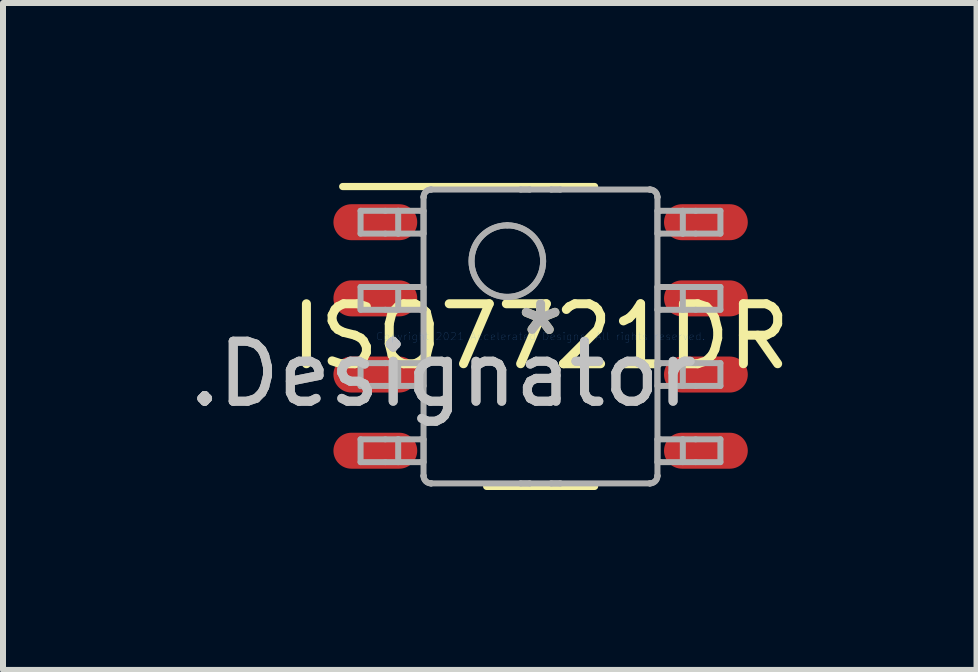
<source format=kicad_pcb>
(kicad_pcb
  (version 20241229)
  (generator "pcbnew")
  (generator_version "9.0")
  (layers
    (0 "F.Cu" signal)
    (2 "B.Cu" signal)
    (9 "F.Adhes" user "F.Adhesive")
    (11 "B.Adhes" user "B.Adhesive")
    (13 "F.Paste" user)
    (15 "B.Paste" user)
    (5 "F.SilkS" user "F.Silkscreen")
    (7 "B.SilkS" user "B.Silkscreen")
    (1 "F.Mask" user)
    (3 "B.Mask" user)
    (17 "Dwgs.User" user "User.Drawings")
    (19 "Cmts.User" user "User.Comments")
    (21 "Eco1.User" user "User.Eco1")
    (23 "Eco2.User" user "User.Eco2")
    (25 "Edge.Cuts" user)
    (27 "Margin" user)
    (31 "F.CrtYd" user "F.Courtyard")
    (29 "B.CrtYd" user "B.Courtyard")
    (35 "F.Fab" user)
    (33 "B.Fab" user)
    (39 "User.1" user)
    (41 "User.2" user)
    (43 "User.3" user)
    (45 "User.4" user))
  (footprint "ISO7721DR"
    (layer "F.Cu")
    (at 5.964 2.56)
    (property "Reference" "ISO7721DR" (at 0 0 0) (layer "F.SilkS") (effects (font (size 1 1) (thickness 0.15))))
    (attr through_hole)
    (fp_line (start -3.3 -2.5) (end 0.9 -2.5) (stroke (width 0.12) (type solid)) (layer "F.SilkS"))
    (fp_line (start -0.9 2.5) (end 0.9 2.5) (stroke (width 0.12) (type solid)) (layer "F.SilkS"))
    (fp_line (start -3.002 -2.095) (end -2.589 -2.095) (stroke (width 0.1) (type solid)) (layer "F.Fab"))
    (fp_line (start -3.002 -1.715) (end -3.002 -2.095) (stroke (width 0.1) (type solid)) (layer "F.Fab"))
    (fp_line (start -3.002 -1.715) (end -2.589 -1.715) (stroke (width 0.1) (type solid)) (layer "F.Fab"))
    (fp_line (start -3.002 -0.825) (end -2.589 -0.825) (stroke (width 0.1) (type solid)) (layer "F.Fab"))
    (fp_line (start -3.002 -0.445) (end -3.002 -0.825) (stroke (width 0.1) (type solid)) (layer "F.Fab"))
    (fp_line (start -3.002 -0.445) (end -2.589 -0.445) (stroke (width 0.1) (type solid)) (layer "F.Fab"))
    (fp_line (start -3.002 0.445) (end -2.589 0.445) (stroke (width 0.1) (type solid)) (layer "F.Fab"))
    (fp_line (start -3.002 0.825) (end -3.002 0.445) (stroke (width 0.1) (type solid)) (layer "F.Fab"))
    (fp_line (start -3.002 0.825) (end -2.589 0.825) (stroke (width 0.1) (type solid)) (layer "F.Fab"))
    (fp_line (start -3.002 1.715) (end -2.589 1.715) (stroke (width 0.1) (type solid)) (layer "F.Fab"))
    (fp_line (start -3.002 2.095) (end -3.002 1.715) (stroke (width 0.1) (type solid)) (layer "F.Fab"))
    (fp_line (start -3.002 2.095) (end -2.589 2.095) (stroke (width 0.1) (type solid)) (layer "F.Fab"))
    (fp_line (start -2.589 -2.095) (end -2.375 -2.095) (stroke (width 0.1) (type solid)) (layer "F.Fab"))
    (fp_line (start -2.589 -1.715) (end -2.375 -1.715) (stroke (width 0.1) (type solid)) (layer "F.Fab"))
    (fp_line (start -2.589 -0.825) (end -2.375 -0.825) (stroke (width 0.1) (type solid)) (layer "F.Fab"))
    (fp_line (start -2.589 -0.445) (end -2.375 -0.445) (stroke (width 0.1) (type solid)) (layer "F.Fab"))
    (fp_line (start -2.589 0.445) (end -2.375 0.445) (stroke (width 0.1) (type solid)) (layer "F.Fab"))
    (fp_line (start -2.589 0.825) (end -2.375 0.825) (stroke (width 0.1) (type solid)) (layer "F.Fab"))
    (fp_line (start -2.589 1.715) (end -2.375 1.715) (stroke (width 0.1) (type solid)) (layer "F.Fab"))
    (fp_line (start -2.589 2.095) (end -2.375 2.095) (stroke (width 0.1) (type solid)) (layer "F.Fab"))
    (fp_line (start -2.375 -2.095) (end -1.995 -2.095) (stroke (width 0.1) (type solid)) (layer "F.Fab"))
    (fp_line (start -2.375 -1.715) (end -2.375 -2.095) (stroke (width 0.1) (type solid)) (layer "F.Fab"))
    (fp_line (start -2.375 -1.715) (end -1.995 -1.715) (stroke (width 0.1) (type solid)) (layer "F.Fab"))
    (fp_line (start -2.375 -0.825) (end -1.995 -0.825) (stroke (width 0.1) (type solid)) (layer "F.Fab"))
    (fp_line (start -2.375 -0.445) (end -2.375 -0.825) (stroke (width 0.1) (type solid)) (layer "F.Fab"))
    (fp_line (start -2.375 -0.445) (end -1.995 -0.445) (stroke (width 0.1) (type solid)) (layer "F.Fab"))
    (fp_line (start -2.375 0.445) (end -1.995 0.445) (stroke (width 0.1) (type solid)) (layer "F.Fab"))
    (fp_line (start -2.375 0.825) (end -2.375 0.445) (stroke (width 0.1) (type solid)) (layer "F.Fab"))
    (fp_line (start -2.375 0.825) (end -1.995 0.825) (stroke (width 0.1) (type solid)) (layer "F.Fab"))
    (fp_line (start -2.375 1.715) (end -1.995 1.715) (stroke (width 0.1) (type solid)) (layer "F.Fab"))
    (fp_line (start -2.375 2.095) (end -2.375 1.715) (stroke (width 0.1) (type solid)) (layer "F.Fab"))
    (fp_line (start -2.375 2.095) (end -1.995 2.095) (stroke (width 0.1) (type solid)) (layer "F.Fab"))
    (fp_line (start -1.995 -2.095) (end -1.952 -2.095) (stroke (width 0.1) (type solid)) (layer "F.Fab"))
    (fp_line (start -1.995 -1.715) (end -1.952 -1.715) (stroke (width 0.1) (type solid)) (layer "F.Fab"))
    (fp_line (start -1.995 -0.825) (end -1.952 -0.825) (stroke (width 0.1) (type solid)) (layer "F.Fab"))
    (fp_line (start -1.995 -0.445) (end -1.952 -0.445) (stroke (width 0.1) (type solid)) (layer "F.Fab"))
    (fp_line (start -1.995 0.445) (end -1.952 0.445) (stroke (width 0.1) (type solid)) (layer "F.Fab"))
    (fp_line (start -1.995 0.825) (end -1.952 0.825) (stroke (width 0.1) (type solid)) (layer "F.Fab"))
    (fp_line (start -1.995 1.715) (end -1.952 1.715) (stroke (width 0.1) (type solid)) (layer "F.Fab"))
    (fp_line (start -1.995 2.095) (end -1.952 2.095) (stroke (width 0.1) (type solid)) (layer "F.Fab"))
    (fp_line (start -1.952 -2.323) (end -1.952 -2.324) (stroke (width 0.1) (type solid)) (layer "F.Fab"))
    (fp_line (start -1.952 -1.715) (end -1.952 -2.095) (stroke (width 0.1) (type solid)) (layer "F.Fab"))
    (fp_line (start -1.952 -0.445) (end -1.952 -0.825) (stroke (width 0.1) (type solid)) (layer "F.Fab"))
    (fp_line (start -1.952 0.825) (end -1.952 0.445) (stroke (width 0.1) (type solid)) (layer "F.Fab"))
    (fp_line (start -1.952 2.095) (end -1.952 1.715) (stroke (width 0.1) (type solid)) (layer "F.Fab"))
    (fp_line (start -1.952 2.323) (end -1.952 -2.323) (stroke (width 0.1) (type solid)) (layer "F.Fab"))
    (fp_line (start -1.952 2.324) (end -1.952 2.323) (stroke (width 0.1) (type solid)) (layer "F.Fab"))
    (fp_line (start -1.826 -2.45) (end -1.825 -2.45) (stroke (width 0.1) (type solid)) (layer "F.Fab"))
    (fp_line (start -1.826 2.45) (end -1.825 2.45) (stroke (width 0.1) (type solid)) (layer "F.Fab"))
    (fp_line (start -1.825 -2.45) (end -0.332 -2.45) (stroke (width 0.1) (type solid)) (layer "F.Fab"))
    (fp_line (start -1.825 2.45) (end -0.332 2.45) (stroke (width 0.1) (type solid)) (layer "F.Fab"))
    (fp_line (start -0.332 -2.45) (end -0.182 -2.45) (stroke (width 0.1) (type solid)) (layer "F.Fab"))
    (fp_line (start -0.332 -2.45) (end -0.182 -2.45) (stroke (width 0.1) (type solid)) (layer "F.Fab"))
    (fp_line (start -0.332 2.45) (end -0.182 2.45) (stroke (width 0.1) (type solid)) (layer "F.Fab"))
    (fp_line (start -0.332 2.45) (end -0.182 2.45) (stroke (width 0.1) (type solid)) (layer "F.Fab"))
    (fp_line (start -0.182 -2.45) (end 0.178 -2.45) (stroke (width 0.1) (type solid)) (layer "F.Fab"))
    (fp_line (start -0.182 2.45) (end 0.178 2.45) (stroke (width 0.1) (type solid)) (layer "F.Fab"))
    (fp_line (start 0.178 -2.45) (end 0.328 -2.45) (stroke (width 0.1) (type solid)) (layer "F.Fab"))
    (fp_line (start 0.178 -2.45) (end 0.328 -2.45) (stroke (width 0.1) (type solid)) (layer "F.Fab"))
    (fp_line (start 0.178 2.45) (end 0.328 2.45) (stroke (width 0.1) (type solid)) (layer "F.Fab"))
    (fp_line (start 0.178 2.45) (end 0.328 2.45) (stroke (width 0.1) (type solid)) (layer "F.Fab"))
    (fp_line (start 0.328 -2.45) (end 1.821 -2.45) (stroke (width 0.1) (type solid)) (layer "F.Fab"))
    (fp_line (start 0.328 2.45) (end 1.821 2.45) (stroke (width 0.1) (type solid)) (layer "F.Fab"))
    (fp_line (start 1.821 -2.45) (end 1.822 -2.45) (stroke (width 0.1) (type solid)) (layer "F.Fab"))
    (fp_line (start 1.821 2.45) (end 1.822 2.45) (stroke (width 0.1) (type solid)) (layer "F.Fab"))
    (fp_line (start 1.948 -2.323) (end 1.948 -2.324) (stroke (width 0.1) (type solid)) (layer "F.Fab"))
    (fp_line (start 1.948 -2.095) (end 1.991 -2.095) (stroke (width 0.1) (type solid)) (layer "F.Fab"))
    (fp_line (start 1.948 -1.715) (end 1.948 -2.095) (stroke (width 0.1) (type solid)) (layer "F.Fab"))
    (fp_line (start 1.948 -1.715) (end 1.991 -1.715) (stroke (width 0.1) (type solid)) (layer "F.Fab"))
    (fp_line (start 1.948 -0.825) (end 1.991 -0.825) (stroke (width 0.1) (type solid)) (layer "F.Fab"))
    (fp_line (start 1.948 -0.445) (end 1.948 -0.825) (stroke (width 0.1) (type solid)) (layer "F.Fab"))
    (fp_line (start 1.948 -0.445) (end 1.991 -0.445) (stroke (width 0.1) (type solid)) (layer "F.Fab"))
    (fp_line (start 1.948 0.445) (end 1.991 0.445) (stroke (width 0.1) (type solid)) (layer "F.Fab"))
    (fp_line (start 1.948 0.825) (end 1.948 0.445) (stroke (width 0.1) (type solid)) (layer "F.Fab"))
    (fp_line (start 1.948 0.825) (end 1.991 0.825) (stroke (width 0.1) (type solid)) (layer "F.Fab"))
    (fp_line (start 1.948 1.715) (end 1.991 1.715) (stroke (width 0.1) (type solid)) (layer "F.Fab"))
    (fp_line (start 1.948 2.095) (end 1.948 1.715) (stroke (width 0.1) (type solid)) (layer "F.Fab"))
    (fp_line (start 1.948 2.095) (end 1.991 2.095) (stroke (width 0.1) (type solid)) (layer "F.Fab"))
    (fp_line (start 1.948 2.323) (end 1.948 -2.323) (stroke (width 0.1) (type solid)) (layer "F.Fab"))
    (fp_line (start 1.948 2.324) (end 1.948 2.323) (stroke (width 0.1) (type solid)) (layer "F.Fab"))
    (fp_line (start 1.991 -2.095) (end 2.371 -2.095) (stroke (width 0.1) (type solid)) (layer "F.Fab"))
    (fp_line (start 1.991 -1.715) (end 2.371 -1.715) (stroke (width 0.1) (type solid)) (layer "F.Fab"))
    (fp_line (start 1.991 -0.825) (end 2.371 -0.825) (stroke (width 0.1) (type solid)) (layer "F.Fab"))
    (fp_line (start 1.991 -0.445) (end 2.371 -0.445) (stroke (width 0.1) (type solid)) (layer "F.Fab"))
    (fp_line (start 1.991 0.445) (end 2.371 0.445) (stroke (width 0.1) (type solid)) (layer "F.Fab"))
    (fp_line (start 1.991 0.825) (end 2.371 0.825) (stroke (width 0.1) (type solid)) (layer "F.Fab"))
    (fp_line (start 1.991 1.715) (end 2.371 1.715) (stroke (width 0.1) (type solid)) (layer "F.Fab"))
    (fp_line (start 1.991 2.095) (end 2.371 2.095) (stroke (width 0.1) (type solid)) (layer "F.Fab"))
    (fp_line (start 2.371 -2.095) (end 2.585 -2.095) (stroke (width 0.1) (type solid)) (layer "F.Fab"))
    (fp_line (start 2.371 -1.715) (end 2.371 -2.095) (stroke (width 0.1) (type solid)) (layer "F.Fab"))
    (fp_line (start 2.371 -1.715) (end 2.585 -1.715) (stroke (width 0.1) (type solid)) (layer "F.Fab"))
    (fp_line (start 2.371 -0.825) (end 2.585 -0.825) (stroke (width 0.1) (type solid)) (layer "F.Fab"))
    (fp_line (start 2.371 -0.445) (end 2.371 -0.825) (stroke (width 0.1) (type solid)) (layer "F.Fab"))
    (fp_line (start 2.371 -0.445) (end 2.585 -0.445) (stroke (width 0.1) (type solid)) (layer "F.Fab"))
    (fp_line (start 2.371 0.445) (end 2.585 0.445) (stroke (width 0.1) (type solid)) (layer "F.Fab"))
    (fp_line (start 2.371 0.825) (end 2.371 0.445) (stroke (width 0.1) (type solid)) (layer "F.Fab"))
    (fp_line (start 2.371 0.825) (end 2.585 0.825) (stroke (width 0.1) (type solid)) (layer "F.Fab"))
    (fp_line (start 2.371 1.715) (end 2.585 1.715) (stroke (width 0.1) (type solid)) (layer "F.Fab"))
    (fp_line (start 2.371 2.095) (end 2.371 1.715) (stroke (width 0.1) (type solid)) (layer "F.Fab"))
    (fp_line (start 2.371 2.095) (end 2.585 2.095) (stroke (width 0.1) (type solid)) (layer "F.Fab"))
    (fp_line (start 2.585 -2.095) (end 2.998 -2.095) (stroke (width 0.1) (type solid)) (layer "F.Fab"))
    (fp_line (start 2.585 -1.715) (end 2.998 -1.715) (stroke (width 0.1) (type solid)) (layer "F.Fab"))
    (fp_line (start 2.585 -0.825) (end 2.998 -0.825) (stroke (width 0.1) (type solid)) (layer "F.Fab"))
    (fp_line (start 2.585 -0.445) (end 2.998 -0.445) (stroke (width 0.1) (type solid)) (layer "F.Fab"))
    (fp_line (start 2.585 0.445) (end 2.998 0.445) (stroke (width 0.1) (type solid)) (layer "F.Fab"))
    (fp_line (start 2.585 0.825) (end 2.998 0.825) (stroke (width 0.1) (type solid)) (layer "F.Fab"))
    (fp_line (start 2.585 1.715) (end 2.998 1.715) (stroke (width 0.1) (type solid)) (layer "F.Fab"))
    (fp_line (start 2.585 2.095) (end 2.998 2.095) (stroke (width 0.1) (type solid)) (layer "F.Fab"))
    (fp_line (start 2.998 -1.715) (end 2.998 -2.095) (stroke (width 0.1) (type solid)) (layer "F.Fab"))
    (fp_line (start 2.998 -0.445) (end 2.998 -0.825) (stroke (width 0.1) (type solid)) (layer "F.Fab"))
    (fp_line (start 2.998 0.825) (end 2.998 0.445) (stroke (width 0.1) (type solid)) (layer "F.Fab"))
    (fp_line (start 2.998 2.095) (end 2.998 1.715) (stroke (width 0.1) (type solid)) (layer "F.Fab"))
    (fp_arc (start -1.952002 -2.323941) (mid -1.914806 -2.412806) (end -1.825941 -2.450002) (stroke (width 0.1) (type solid)) (layer "F.Fab"))
    (fp_arc (start -1.952002 -2.323941) (mid -1.914806 -2.412806) (end -1.825941 -2.450002) (stroke (width 0.1) (type solid)) (layer "F.Fab"))
    (fp_arc (start -1.82594 2.449991) (mid -1.914805 2.412796) (end -1.952002 2.323931) (stroke (width 0.1) (type solid)) (layer "F.Fab"))
    (fp_arc (start -1.82594 2.449991) (mid -1.914805 2.412796) (end -1.952002 2.323931) (stroke (width 0.1) (type solid)) (layer "F.Fab"))
    (fp_arc (start -0.555 -1.8531) (mid 0.0419 -1.2562) (end -0.555 -0.6593) (stroke (width 0.1) (type solid)) (layer "F.Fab"))
    (fp_arc (start -0.555 -1.8531) (mid 0.0419 -1.2562) (end -0.555 -0.6593) (stroke (width 0.1) (type solid)) (layer "F.Fab"))
    (fp_arc (start -0.555 -0.6593) (mid -1.1519 -1.2562) (end -0.555 -1.8531) (stroke (width 0.1) (type solid)) (layer "F.Fab"))
    (fp_arc (start -0.555 -0.6593) (mid -1.1519 -1.2562) (end -0.555 -1.8531) (stroke (width 0.1) (type solid)) (layer "F.Fab"))
    (fp_arc (start 1.821932 -2.450003) (mid 1.910798 -2.412807) (end 1.947994 -2.323941) (stroke (width 0.1) (type solid)) (layer "F.Fab"))
    (fp_arc (start 1.821932 -2.450003) (mid 1.910798 -2.412807) (end 1.947994 -2.323941) (stroke (width 0.1) (type solid)) (layer "F.Fab"))
    (fp_arc (start 1.947994 2.323929) (mid 1.910798 2.412795) (end 1.821933 2.449992) (stroke (width 0.1) (type solid)) (layer "F.Fab"))
    (fp_arc (start 1.947994 2.323929) (mid 1.910798 2.412795) (end 1.821933 2.449992) (stroke (width 0.1) (type solid)) (layer "F.Fab"))
    (fp_text user "*" (at 0 0 0) (layer "F.SilkS") (effects (font (size 1 1) (thickness 0.15))))
    (fp_text user ".Designator" (at -1.625 0.625 0) (layer "Dwgs.User") (effects (font (size 1 1) (thickness 0.15))))
    (fp_text user "Copyright 2021 Accelerated Designs. All rights reserved." (at 0 0 0) (layer "Cmts.User") (effects (font (size 0.127 0.127) (thickness 0.002))))
    (fp_text user "*" (at 0 0 0) (layer "F.Fab") (effects (font (size 1 1) (thickness 0.15))))
    (fp_text user ".Designator" (at -1.625 0.625 0) (layer "F.Fab") (effects (font (size 1 1) (thickness 0.15))))
    (pad "1" smd oval (at -2.756 -1.905 90) (size 0.6 1.397) (layers "F.Cu" "F.Mask" "F.Paste"))
    (pad "2" smd oval (at -2.756 -0.635 90) (size 0.6 1.397) (layers "F.Cu" "F.Mask" "F.Paste"))
    (pad "3" smd oval (at -2.756 0.635 90) (size 0.6 1.397) (layers "F.Cu" "F.Mask" "F.Paste"))
    (pad "4" smd oval (at -2.756 1.905 90) (size 0.6 1.397) (layers "F.Cu" "F.Mask" "F.Paste"))
    (pad "5" smd oval (at 2.756 1.905 90) (size 0.6 1.397) (layers "F.Cu" "F.Mask" "F.Paste"))
    (pad "6" smd oval (at 2.756 0.635 90) (size 0.6 1.397) (layers "F.Cu" "F.Mask" "F.Paste"))
    (pad "7" smd oval (at 2.756 -0.635 90) (size 0.6 1.397) (layers "F.Cu" "F.Mask" "F.Paste"))
    (pad "8" smd oval (at 2.756 -1.905 90) (size 0.6 1.397) (layers "F.Cu" "F.Mask" "F.Paste")))
  (gr_rect
    (start -3 -3)
    (end 13.232 8.12)
    (stroke (width 0.1) (type default))
    (fill no)
    (layer "Edge.Cuts")))
</source>
